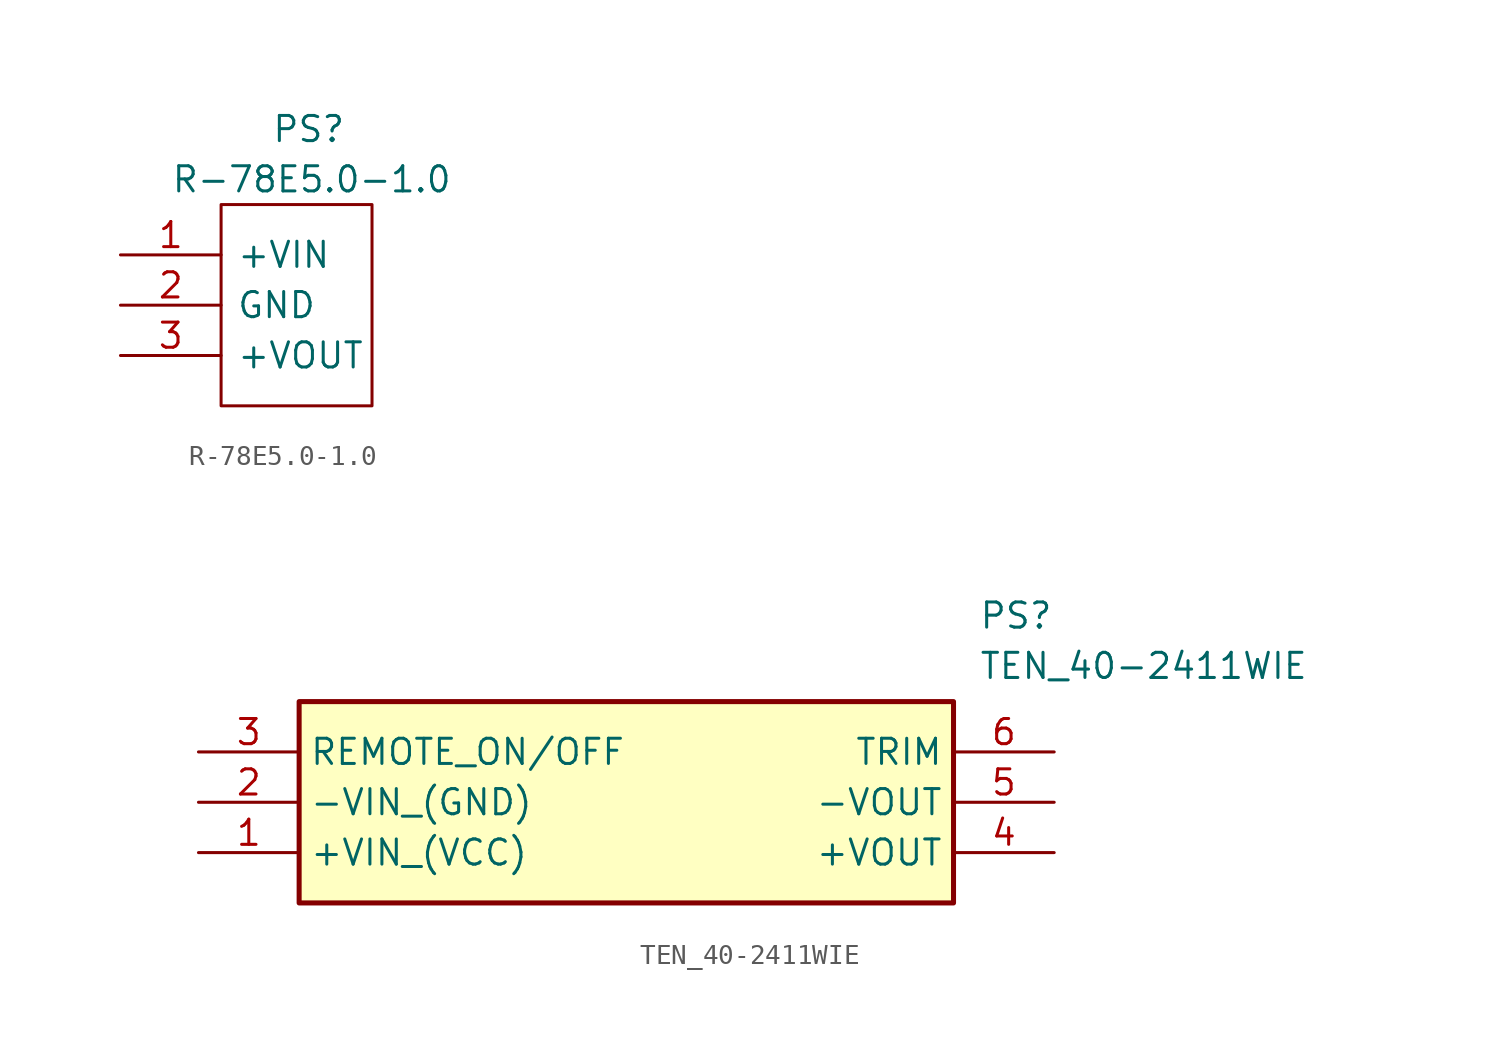
<source format=kicad_sym>
(kicad_symbol_lib
  (version 20211014)
  (generator kicad_symbol_editor)
  (symbol "R-78E5.0-1.0"
    (pin_names
      (offset 0.762))
    (property "Reference" "PS"
      (at -1.27 8.89 0)
      (effects (font (size 1.27 1.27)) (justify left)))
    (property "Value" "R-78E5.0-1.0"
      (at -6.35 6.35 0)
      (effects (font (size 1.27 1.27)) (justify left)))
    (symbol "R-78E5.0-1.0_0_0"
      (pin passive line (at -8.89 2.54 0) (length 5.08) (name "+VIN" (effects (font (size 1.27 1.27)))) (number "1" (effects (font (size 1.27 1.27)))))
      (pin passive line (at -8.89 0 0) (length 5.08) (name "GND" (effects (font (size 1.27 1.27)))) (number "2" (effects (font (size 1.27 1.27)))))
      (pin passive line (at -8.89 -2.54 0) (length 5.08) (name "+VOUT" (effects (font (size 1.27 1.27)))) (number "3" (effects (font (size 1.27 1.27))))))
    (symbol "R-78E5.0-1.0_0_1"
      (polyline (pts (xy -3.81 5.08) (xy 3.81 5.08) (xy 3.81 -5.08) (xy -3.81 -5.08) (xy -3.81 5.08)) (stroke (width 0.152) (type default) (color 0 0 0 0)) (fill (type none)))))
  (symbol "TEN_40-2411WIE"
    (property "Reference" "PS"
      (at 39.37 7.62 0)
      (effects (font (size 1.27 1.27)) (justify left top)))
    (property "Value" "TEN_40-2411WIE"
      (at 39.37 5.08 0)
      (effects (font (size 1.27 1.27)) (justify left top)))
    (rectangle
      (start 5.08 2.54)
      (end 38.1 -7.62)
      (stroke (width 0.254) (type default))
      (fill (type background)))
    (pin passive line
      (at 0 -5.08 0)
      (length 5.08)
      (name "+VIN_(VCC)" (effects (font (size 1.27 1.27))))
      (number "1" (effects (font (size 1.27 1.27)))))
    (pin passive line
      (at 0 -2.54 0)
      (length 5.08)
      (name "-VIN_(GND)" (effects (font (size 1.27 1.27))))
      (number "2" (effects (font (size 1.27 1.27)))))
    (pin passive line
      (at 0 0 0)
      (length 5.08)
      (name "REMOTE_ON/OFF" (effects (font (size 1.27 1.27))))
      (number "3" (effects (font (size 1.27 1.27)))))
    (pin passive line
      (at 43.18 -5.08 180)
      (length 5.08)
      (name "+VOUT" (effects (font (size 1.27 1.27))))
      (number "4" (effects (font (size 1.27 1.27)))))
    (pin passive line
      (at 43.18 -2.54 180)
      (length 5.08)
      (name "-VOUT" (effects (font (size 1.27 1.27))))
      (number "5" (effects (font (size 1.27 1.27)))))
    (pin passive line
      (at 43.18 0 180)
      (length 5.08)
      (name "TRIM" (effects (font (size 1.27 1.27))))
      (number "6" (effects (font (size 1.27 1.27)))))))
</source>
